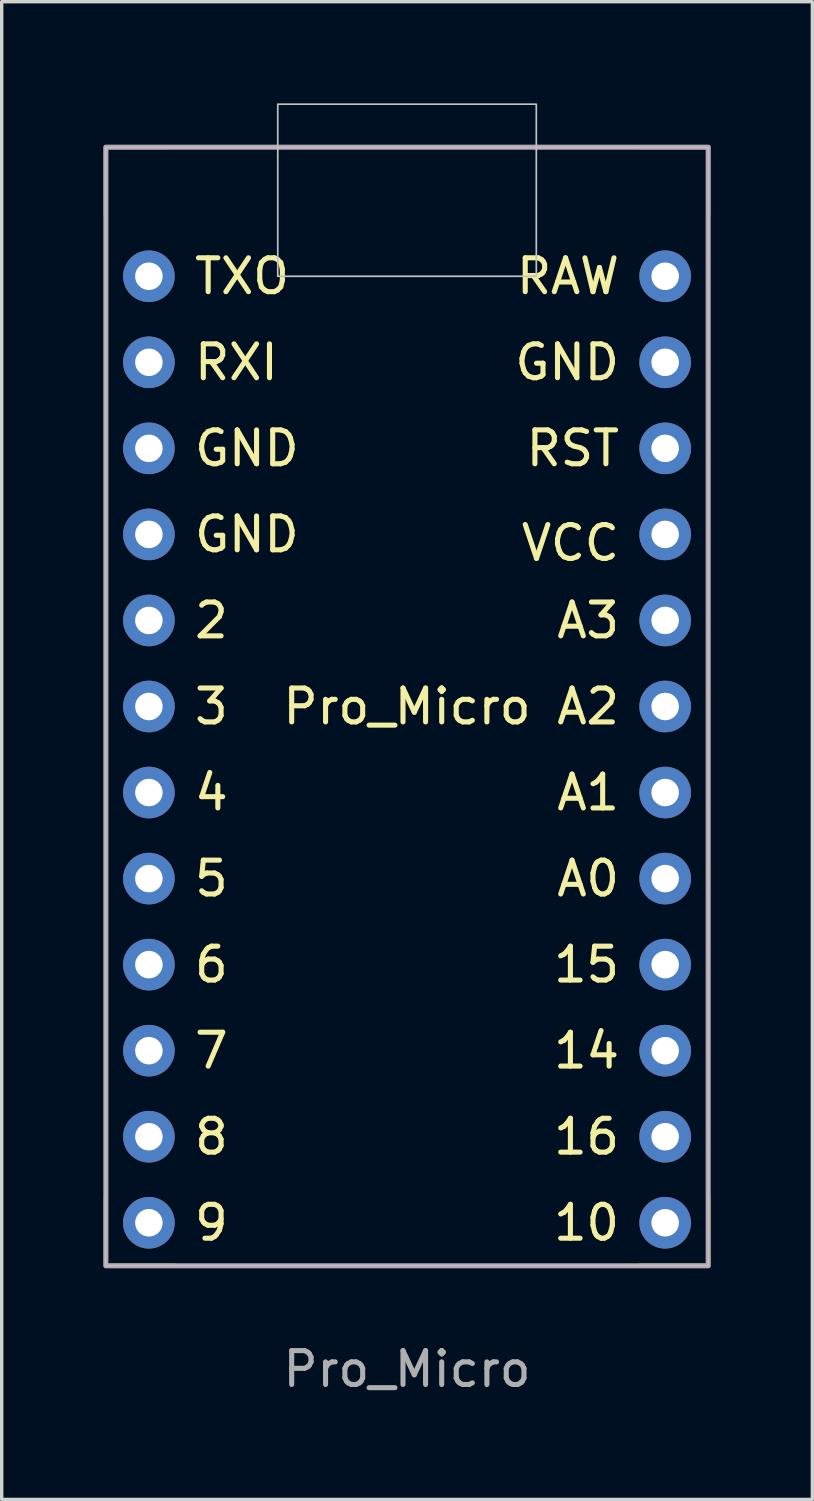
<source format=kicad_pcb>
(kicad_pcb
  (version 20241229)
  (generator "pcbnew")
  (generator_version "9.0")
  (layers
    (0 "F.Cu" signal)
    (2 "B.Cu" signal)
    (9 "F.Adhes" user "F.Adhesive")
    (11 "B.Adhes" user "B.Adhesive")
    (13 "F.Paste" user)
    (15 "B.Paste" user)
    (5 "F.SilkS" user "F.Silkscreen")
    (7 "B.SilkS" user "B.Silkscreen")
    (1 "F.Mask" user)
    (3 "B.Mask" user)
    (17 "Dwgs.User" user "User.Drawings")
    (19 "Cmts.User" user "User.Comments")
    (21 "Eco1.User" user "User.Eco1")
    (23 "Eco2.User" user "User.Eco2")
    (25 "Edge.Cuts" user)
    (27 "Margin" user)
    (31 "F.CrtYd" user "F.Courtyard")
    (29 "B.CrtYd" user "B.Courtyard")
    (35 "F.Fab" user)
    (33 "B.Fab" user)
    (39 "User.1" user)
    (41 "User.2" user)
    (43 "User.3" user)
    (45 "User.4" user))
  (footprint "Pro_Micro"
    (layer "F.Cu")
    (at 8.965 17.805)
    (property "Reference" "Pro_Micro" (at 0 0 0) (unlocked yes) (layer "F.SilkS") (effects (font (size 1 1) (thickness 0.15))))
    (attr through_hole)
    (fp_line (start -8.89 -16.51) (end -8.89 -14.478) (stroke (width 0.12) (type default)) (layer "F.SilkS"))
    (fp_line (start -8.89 16.51) (end -8.89 14.478) (stroke (width 0.12) (type default)) (layer "F.SilkS"))
    (fp_line (start -8.89 16.51) (end -6.858 16.51) (stroke (width 0.12) (type default)) (layer "F.SilkS"))
    (fp_line (start -7.112 -16.51) (end -8.89 -16.51) (stroke (width 0.12) (type default)) (layer "F.SilkS"))
    (fp_line (start 6.858 -16.51) (end 8.89 -16.51) (stroke (width 0.12) (type default)) (layer "F.SilkS"))
    (fp_line (start 8.89 -16.51) (end 8.89 -14.478) (stroke (width 0.12) (type default)) (layer "F.SilkS"))
    (fp_line (start 8.89 16.51) (end 6.858 16.51) (stroke (width 0.12) (type default)) (layer "F.SilkS"))
    (fp_line (start 8.89 16.51) (end 8.89 14.478) (stroke (width 0.12) (type default)) (layer "F.SilkS"))
    (fp_rect (start -8.89 -16.51) (end 8.89 16.51) (stroke (width 0.05) (type default)) (fill no) (layer "Dwgs.User"))
    (fp_rect (start -3.816 -17.78) (end 3.816 -12.7) (stroke (width 0.05) (type default)) (fill no) (layer "Dwgs.User"))
    (fp_rect (start -8.89 -16.51) (end 8.89 16.51) (stroke (width 0.05) (type default)) (fill no) (layer "F.CrtYd"))
    (fp_rect (start -8.89 -16.51) (end 8.89 16.51) (stroke (width 0.15) (type default)) (fill no) (layer "F.Fab"))
    (fp_text user "14" (at 6.35 10.16 0) (unlocked yes) (layer "F.SilkS") (effects (font (size 1 1) (thickness 0.15)) (justify right)))
    (fp_text user "8" (at -6.35 12.7 0) (unlocked yes) (layer "F.SilkS") (effects (font (size 1 1) (thickness 0.15)) (justify left)))
    (fp_text user "GND" (at 6.35 -10.16 0) (unlocked yes) (layer "F.SilkS") (effects (font (size 1 1) (thickness 0.15)) (justify right)))
    (fp_text user "A1" (at 6.35 2.54 0) (unlocked yes) (layer "F.SilkS") (effects (font (size 1 1) (thickness 0.15)) (justify right)))
    (fp_text user "9" (at -6.35 15.24 0) (unlocked yes) (layer "F.SilkS") (effects (font (size 1 1) (thickness 0.15)) (justify left)))
    (fp_text user "15" (at 6.35 7.62 0) (unlocked yes) (layer "F.SilkS") (effects (font (size 1 1) (thickness 0.15)) (justify right)))
    (fp_text user "RAW" (at 6.35 -12.7 0) (unlocked yes) (layer "F.SilkS") (effects (font (size 1 1) (thickness 0.15)) (justify right)))
    (fp_text user "3" (at -6.35 0 0) (unlocked yes) (layer "F.SilkS") (effects (font (size 1 1) (thickness 0.15)) (justify left)))
    (fp_text user "5" (at -6.35 5.08 0) (unlocked yes) (layer "F.SilkS") (effects (font (size 1 1) (thickness 0.15)) (justify left)))
    (fp_text user "GND" (at -6.35 -5.08 0) (unlocked yes) (layer "F.SilkS") (effects (font (size 1 1) (thickness 0.15)) (justify left)))
    (fp_text user "GND" (at -6.35 -7.62 0) (unlocked yes) (layer "F.SilkS") (effects (font (size 1 1) (thickness 0.15)) (justify left)))
    (fp_text user "RST" (at 6.35 -7.62 0) (unlocked yes) (layer "F.SilkS") (effects (font (size 1 1) (thickness 0.15)) (justify right)))
    (fp_text user "A3" (at 6.35 -2.54 0) (unlocked yes) (layer "F.SilkS") (effects (font (size 1 1) (thickness 0.15)) (justify right)))
    (fp_text user "A2" (at 6.35 0 0) (unlocked yes) (layer "F.SilkS") (effects (font (size 1 1) (thickness 0.15)) (justify right)))
    (fp_text user "16" (at 6.35 12.7 0) (unlocked yes) (layer "F.SilkS") (effects (font (size 1 1) (thickness 0.15)) (justify right)))
    (fp_text user "7" (at -6.35 10.16 0) (unlocked yes) (layer "F.SilkS") (effects (font (size 1 1) (thickness 0.15)) (justify left)))
    (fp_text user "VCC" (at 6.35 -4.826 0) (unlocked yes) (layer "F.SilkS") (effects (font (size 1 1) (thickness 0.15)) (justify right)))
    (fp_text user "TXO" (at -6.35 -12.7 0) (unlocked yes) (layer "F.SilkS") (effects (font (size 1 1) (thickness 0.15)) (justify left)))
    (fp_text user "A0" (at 6.35 5.08 0) (unlocked yes) (layer "F.SilkS") (effects (font (size 1 1) (thickness 0.15)) (justify right)))
    (fp_text user "6" (at -6.35 7.62 0) (unlocked yes) (layer "F.SilkS") (effects (font (size 1 1) (thickness 0.15)) (justify left)))
    (fp_text user "2" (at -6.35 -2.54 0) (unlocked yes) (layer "F.SilkS") (effects (font (size 1 1) (thickness 0.15)) (justify left)))
    (fp_text user "RXI" (at -6.35 -10.16 0) (unlocked yes) (layer "F.SilkS") (effects (font (size 1 1) (thickness 0.15)) (justify left)))
    (fp_text user "10" (at 6.35 15.24 0) (unlocked yes) (layer "F.SilkS") (effects (font (size 1 1) (thickness 0.15)) (justify right)))
    (fp_text user "4" (at -6.35 2.54 0) (unlocked yes) (layer "F.SilkS") (effects (font (size 1 1) (thickness 0.15)) (justify left)))
    (fp_text user "${REFERENCE}" (at 0 19.558 0) (unlocked yes) (layer "F.Fab") (effects (font (size 1 1) (thickness 0.15))))
    (pad "1" thru_hole circle (at -7.62 -12.7) (size 1.524 1.524) (drill 0.813) (layers "*.Cu" "*.Mask"))
    (pad "2" thru_hole circle (at -7.62 -10.16) (size 1.524 1.524) (drill 0.813) (layers "*.Cu" "*.Mask"))
    (pad "3" thru_hole circle (at -7.62 -7.62) (size 1.524 1.524) (drill 0.813) (layers "*.Cu" "*.Mask"))
    (pad "4" thru_hole circle (at -7.62 -5.08) (size 1.524 1.524) (drill 0.813) (layers "*.Cu" "*.Mask"))
    (pad "5" thru_hole circle (at -7.62 -2.54) (size 1.524 1.524) (drill 0.813) (layers "*.Cu" "*.Mask"))
    (pad "6" thru_hole circle (at -7.62 0) (size 1.524 1.524) (drill 0.813) (layers "*.Cu" "*.Mask"))
    (pad "7" thru_hole circle (at -7.62 2.54) (size 1.524 1.524) (drill 0.813) (layers "*.Cu" "*.Mask"))
    (pad "8" thru_hole circle (at -7.62 5.08) (size 1.524 1.524) (drill 0.813) (layers "*.Cu" "*.Mask"))
    (pad "9" thru_hole circle (at -7.62 7.62) (size 1.524 1.524) (drill 0.813) (layers "*.Cu" "*.Mask"))
    (pad "10" thru_hole circle (at -7.62 10.16) (size 1.524 1.524) (drill 0.813) (layers "*.Cu" "*.Mask"))
    (pad "11" thru_hole circle (at -7.62 12.7) (size 1.524 1.524) (drill 0.813) (layers "*.Cu" "*.Mask"))
    (pad "12" thru_hole circle (at -7.62 15.24) (size 1.524 1.524) (drill 0.813) (layers "*.Cu" "*.Mask"))
    (pad "13" thru_hole circle (at 7.62 15.24) (size 1.524 1.524) (drill 0.813) (layers "*.Cu" "*.Mask"))
    (pad "14" thru_hole circle (at 7.62 12.7) (size 1.524 1.524) (drill 0.813) (layers "*.Cu" "*.Mask"))
    (pad "15" thru_hole circle (at 7.62 10.16) (size 1.524 1.524) (drill 0.813) (layers "*.Cu" "*.Mask"))
    (pad "16" thru_hole circle (at 7.62 7.62) (size 1.524 1.524) (drill 0.813) (layers "*.Cu" "*.Mask"))
    (pad "17" thru_hole circle (at 7.62 5.08) (size 1.524 1.524) (drill 0.813) (layers "*.Cu" "*.Mask"))
    (pad "18" thru_hole circle (at 7.62 2.54) (size 1.524 1.524) (drill 0.813) (layers "*.Cu" "*.Mask"))
    (pad "19" thru_hole circle (at 7.62 0) (size 1.524 1.524) (drill 0.813) (layers "*.Cu" "*.Mask"))
    (pad "20" thru_hole circle (at 7.62 -2.54) (size 1.524 1.524) (drill 0.813) (layers "*.Cu" "*.Mask"))
    (pad "21" thru_hole circle (at 7.62 -5.08) (size 1.524 1.524) (drill 0.813) (layers "*.Cu" "*.Mask"))
    (pad "22" thru_hole circle (at 7.62 -7.62) (size 1.524 1.524) (drill 0.813) (layers "*.Cu" "*.Mask"))
    (pad "23" thru_hole circle (at 7.62 -10.16) (size 1.524 1.524) (drill 0.813) (layers "*.Cu" "*.Mask"))
    (pad "24" thru_hole circle (at 7.62 -12.7) (size 1.524 1.524) (drill 0.813) (layers "*.Cu" "*.Mask")))
  (gr_rect
    (start -3 -3)
    (end 20.93 41.211)
    (stroke (width 0.1) (type default))
    (fill no)
    (layer "Edge.Cuts")))
</source>
